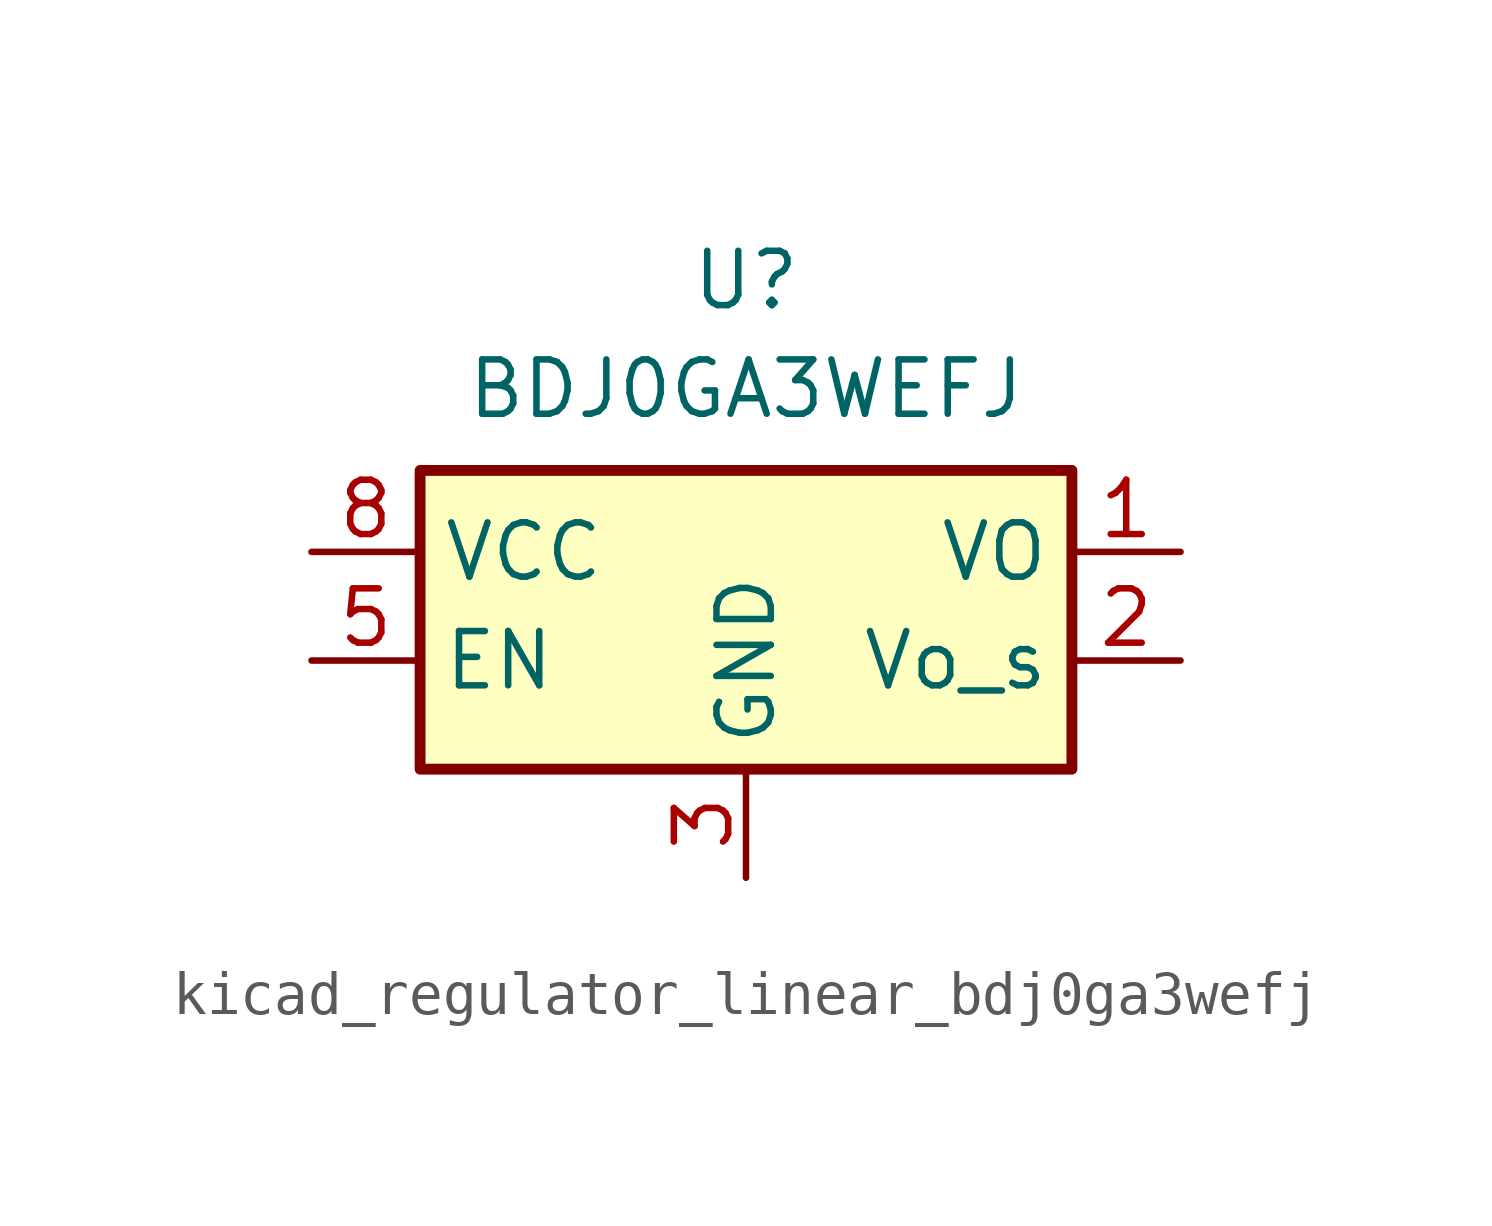
<source format=kicad_sym>
(kicad_symbol_lib
  (version 20220914)
  (generator kicad_symbol_editor)
  (symbol "kicad_regulator_linear_bdj0ga3wefj"
    (property "Reference" "U"
      (at 0 6.35 0)
      (effects (font (size 1.27 1.27))))
    (property "Value" "BDJ0GA3WEFJ"
      (at 0 3.81 0)
      (effects (font (size 1.27 1.27))))
    (symbol "kicad_regulator_linear_bdj0ga3wefj_1_1"
      (rectangle (start -7.62 -5.08) (end 7.62 1.905) (stroke (width 0.254) (type default)) (fill (type background)))
      (pin power_out line (at 10.16 0 180) (length 2.54) (name "VO" (effects (font (size 1.27 1.27)))) (number "1" (effects (font (size 1.27 1.27)))))
      (pin input line (at 10.16 -2.54 180) (length 2.54) (name "Vo_s" (effects (font (size 1.27 1.27)))) (number "2" (effects (font (size 1.27 1.27)))))
      (pin power_in line (at 0 -7.62 90) (length 2.54) (name "GND" (effects (font (size 1.27 1.27)))) (number "3" (effects (font (size 1.27 1.27)))))
      (pin passive line (at 0 -7.62 90) (length 2.54) hide (name "GND" (effects (font (size 1.27 1.27)))) (number "4" (effects (font (size 1.27 1.27)))))
      (pin input line (at -10.16 -2.54 0) (length 2.54) (name "EN" (effects (font (size 1.27 1.27)))) (number "5" (effects (font (size 1.27 1.27)))))
      (pin passive line (at 0 -7.62 90) (length 2.54) hide (name "GND" (effects (font (size 1.27 1.27)))) (number "6" (effects (font (size 1.27 1.27)))))
      (pin passive line (at 0 -7.62 90) (length 2.54) hide (name "GND" (effects (font (size 1.27 1.27)))) (number "7" (effects (font (size 1.27 1.27)))))
      (pin power_in line (at -10.16 0 0) (length 2.54) (name "VCC" (effects (font (size 1.27 1.27)))) (number "8" (effects (font (size 1.27 1.27)))))
      (pin passive line (at 0 -7.62 90) (length 2.54) hide (name "GND" (effects (font (size 1.27 1.27)))) (number "9" (effects (font (size 1.27 1.27))))))))
</source>
